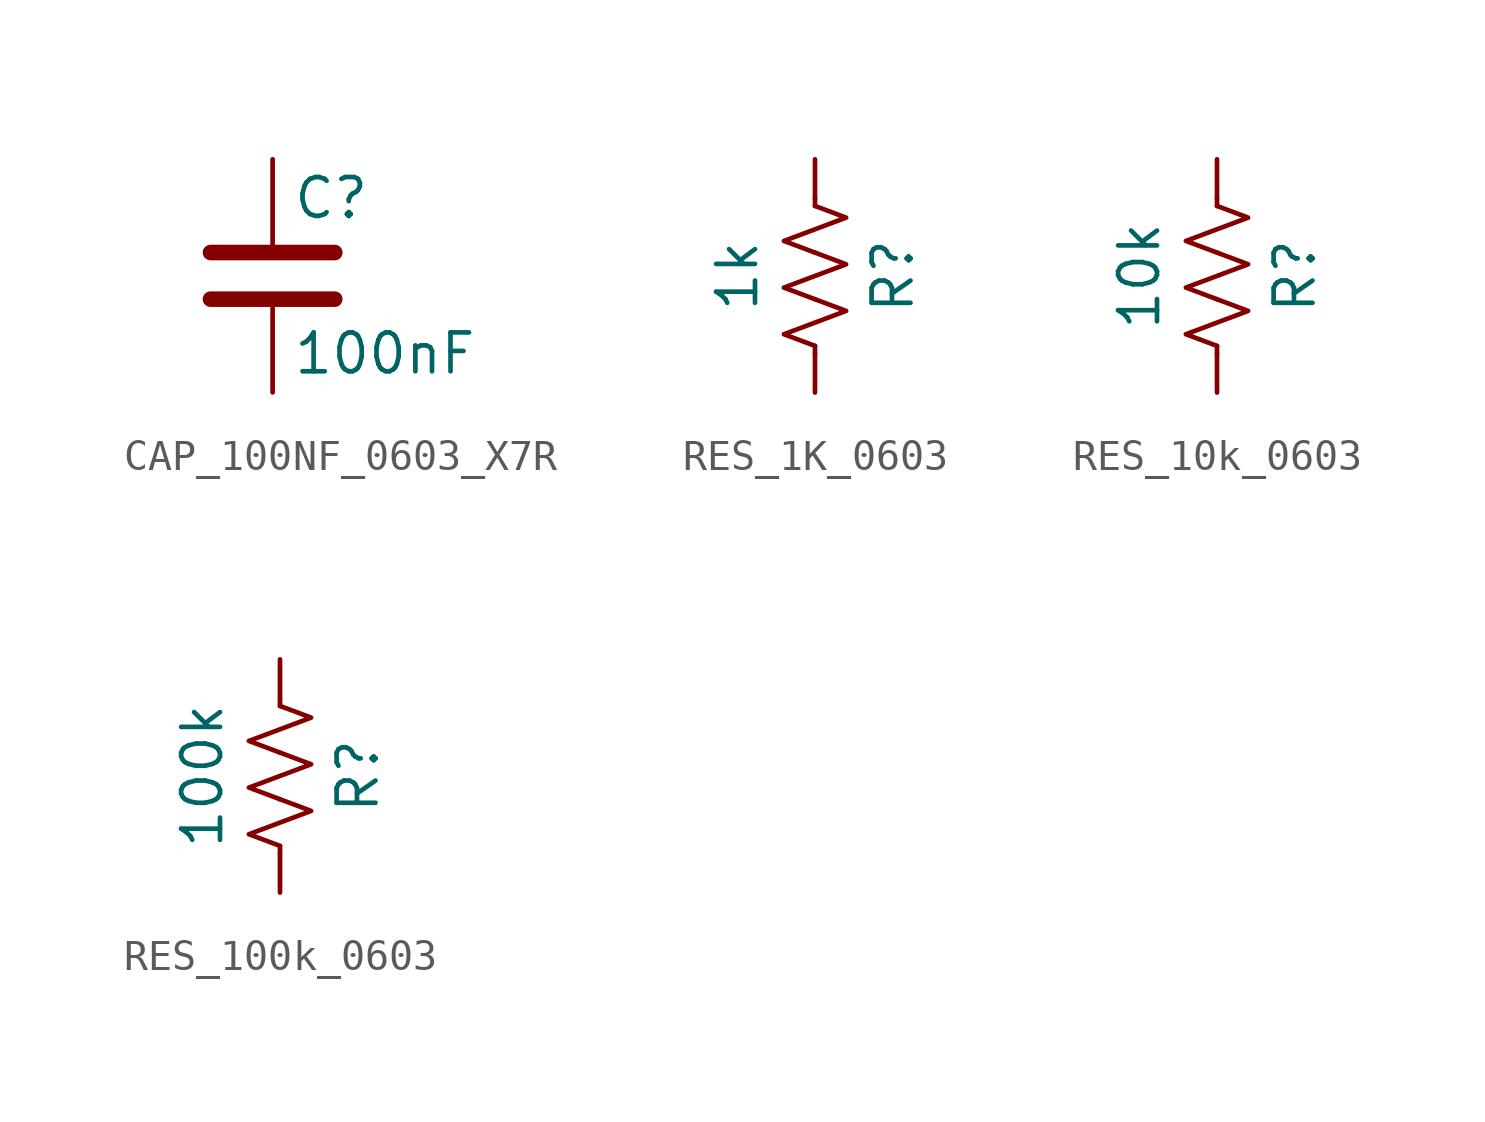
<source format=kicad_sym>
(kicad_symbol_lib
  (version 20231120)
  (generator "kicad_symbol_editor")
  (generator_version "8.0")
  (symbol "CAP_100NF_0603_X7R"
    (pin_numbers hide)
    (pin_names
      (offset 0.254))
    (property "Reference" "C"
      (at 0.635 2.54 0)
      (effects (font (size 1.27 1.27)) (justify left)))
    (property "Value" "100nF"
      (at 0.635 -2.54 0)
      (effects (font (size 1.27 1.27)) (justify left)))
    (symbol "CAP_100NF_0603_X7R_0_1"
      (polyline (pts (xy -2.032 -0.762) (xy 2.032 -0.762)) (stroke (width 0.508) (type default)) (fill (type none)))
      (polyline (pts (xy -2.032 0.762) (xy 2.032 0.762)) (stroke (width 0.508) (type default)) (fill (type none))))
    (symbol "CAP_100NF_0603_X7R_1_1"
      (pin passive line (at 0 3.81 270) (length 2.794) (name "~" (effects (font (size 1.27 1.27)))) (number "1" (effects (font (size 1.27 1.27)))))
      (pin passive line (at 0 -3.81 90) (length 2.794) (name "~" (effects (font (size 1.27 1.27)))) (number "2" (effects (font (size 1.27 1.27)))))))
  (symbol "RES_1K_0603"
    (pin_numbers hide)
    (pin_names
      (offset 0))
    (property "Reference" "R"
      (at 2.54 0 90)
      (effects (font (size 1.27 1.27))))
    (property "Value" "1k"
      (at -2.54 0 90)
      (effects (font (size 1.27 1.27))))
    (symbol "RES_1K_0603_0_1"
      (polyline (pts (xy 0 -2.286) (xy 0 -2.54)) (stroke (width 0) (type default)) (fill (type none)))
      (polyline (pts (xy 0 2.286) (xy 0 2.54)) (stroke (width 0) (type default)) (fill (type none)))
      (polyline (pts (xy 0 -0.762) (xy 1.016 -1.143) (xy 0 -1.524) (xy -1.016 -1.905) (xy 0 -2.286)) (stroke (width 0) (type default)) (fill (type none)))
      (polyline (pts (xy 0 0.762) (xy 1.016 0.381) (xy 0 0) (xy -1.016 -0.381) (xy 0 -0.762)) (stroke (width 0) (type default)) (fill (type none)))
      (polyline (pts (xy 0 2.286) (xy 1.016 1.905) (xy 0 1.524) (xy -1.016 1.143) (xy 0 0.762)) (stroke (width 0) (type default)) (fill (type none))))
    (symbol "RES_1K_0603_1_1"
      (pin passive line (at 0 3.81 270) (length 1.27) (name "~" (effects (font (size 1.27 1.27)))) (number "1" (effects (font (size 1.27 1.27)))))
      (pin passive line (at 0 -3.81 90) (length 1.27) (name "~" (effects (font (size 1.27 1.27)))) (number "2" (effects (font (size 1.27 1.27)))))))
  (symbol "RES_10k_0603"
    (pin_numbers hide)
    (pin_names
      (offset 0))
    (property "Reference" "R"
      (at 2.54 0 90)
      (effects (font (size 1.27 1.27))))
    (property "Value" "10k"
      (at -2.54 0 90)
      (effects (font (size 1.27 1.27))))
    (symbol "RES_10k_0603_0_1"
      (polyline (pts (xy 0 -2.286) (xy 0 -2.54)) (stroke (width 0) (type default)) (fill (type none)))
      (polyline (pts (xy 0 2.286) (xy 0 2.54)) (stroke (width 0) (type default)) (fill (type none)))
      (polyline (pts (xy 0 -0.762) (xy 1.016 -1.143) (xy 0 -1.524) (xy -1.016 -1.905) (xy 0 -2.286)) (stroke (width 0) (type default)) (fill (type none)))
      (polyline (pts (xy 0 0.762) (xy 1.016 0.381) (xy 0 0) (xy -1.016 -0.381) (xy 0 -0.762)) (stroke (width 0) (type default)) (fill (type none)))
      (polyline (pts (xy 0 2.286) (xy 1.016 1.905) (xy 0 1.524) (xy -1.016 1.143) (xy 0 0.762)) (stroke (width 0) (type default)) (fill (type none))))
    (symbol "RES_10k_0603_1_1"
      (pin passive line (at 0 3.81 270) (length 1.27) (name "~" (effects (font (size 1.27 1.27)))) (number "1" (effects (font (size 1.27 1.27)))))
      (pin passive line (at 0 -3.81 90) (length 1.27) (name "~" (effects (font (size 1.27 1.27)))) (number "2" (effects (font (size 1.27 1.27)))))))
  (symbol "RES_100k_0603"
    (pin_numbers hide)
    (pin_names
      (offset 0))
    (property "Reference" "R"
      (at 2.54 0 90)
      (effects (font (size 1.27 1.27))))
    (property "Value" "100k"
      (at -2.54 0 90)
      (effects (font (size 1.27 1.27))))
    (symbol "RES_100k_0603_0_1"
      (polyline (pts (xy 0 -2.286) (xy 0 -2.54)) (stroke (width 0) (type default)) (fill (type none)))
      (polyline (pts (xy 0 2.286) (xy 0 2.54)) (stroke (width 0) (type default)) (fill (type none)))
      (polyline (pts (xy 0 -0.762) (xy 1.016 -1.143) (xy 0 -1.524) (xy -1.016 -1.905) (xy 0 -2.286)) (stroke (width 0) (type default)) (fill (type none)))
      (polyline (pts (xy 0 0.762) (xy 1.016 0.381) (xy 0 0) (xy -1.016 -0.381) (xy 0 -0.762)) (stroke (width 0) (type default)) (fill (type none)))
      (polyline (pts (xy 0 2.286) (xy 1.016 1.905) (xy 0 1.524) (xy -1.016 1.143) (xy 0 0.762)) (stroke (width 0) (type default)) (fill (type none))))
    (symbol "RES_100k_0603_1_1"
      (pin passive line (at 0 3.81 270) (length 1.27) (name "~" (effects (font (size 1.27 1.27)))) (number "1" (effects (font (size 1.27 1.27)))))
      (pin passive line (at 0 -3.81 90) (length 1.27) (name "~" (effects (font (size 1.27 1.27)))) (number "2" (effects (font (size 1.27 1.27))))))))
</source>
